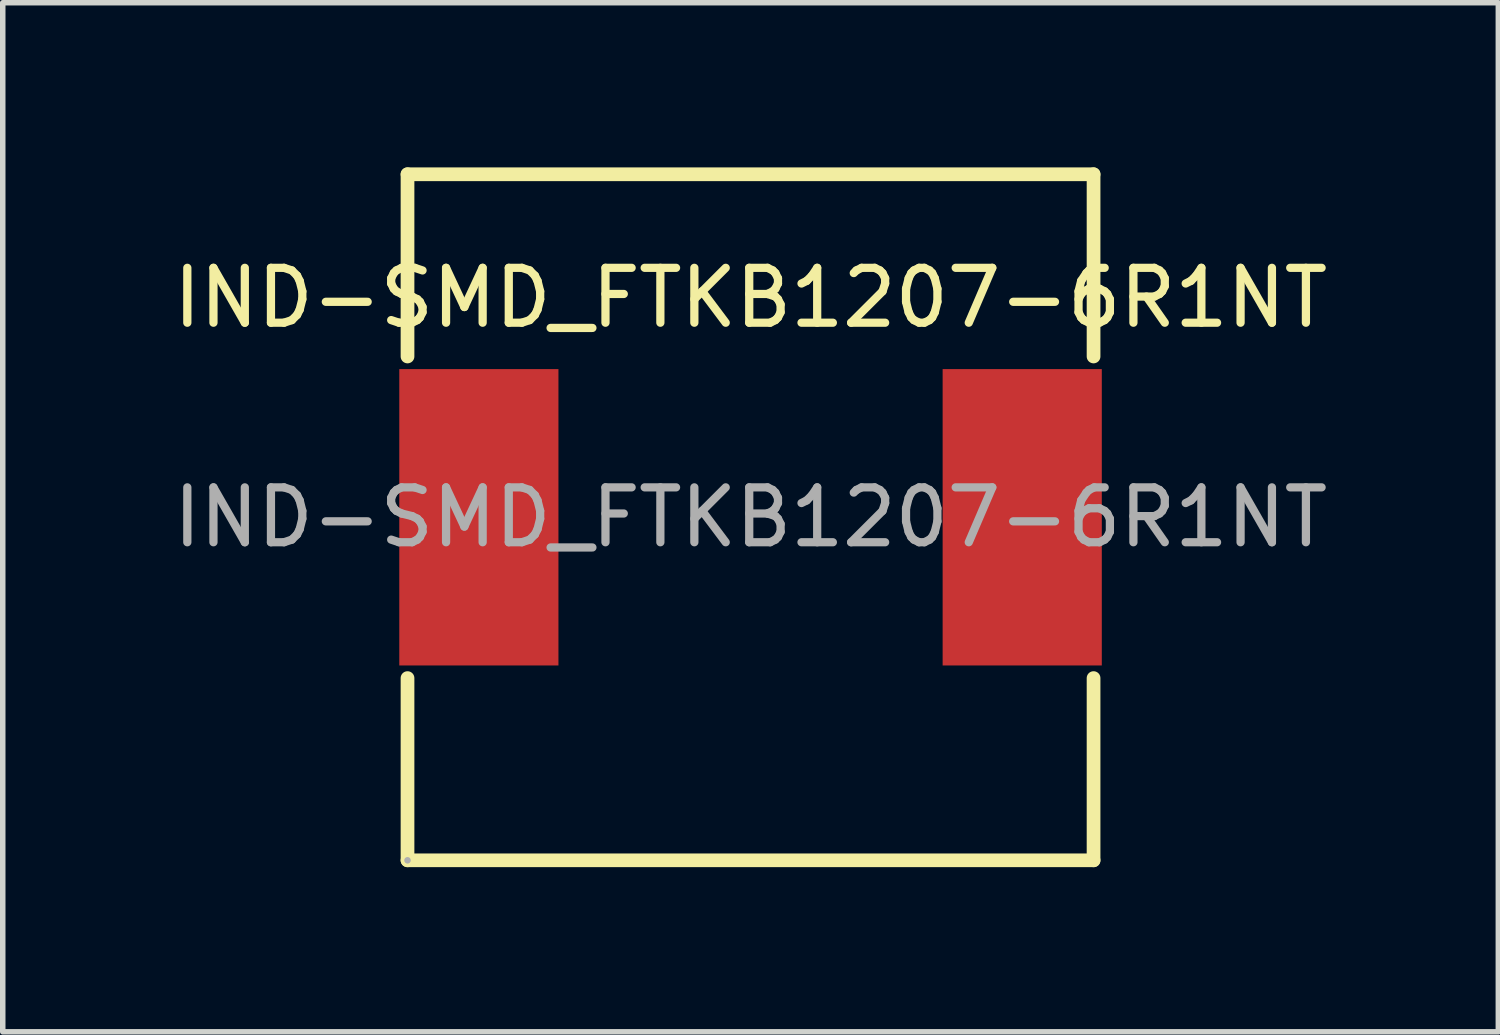
<source format=kicad_pcb>
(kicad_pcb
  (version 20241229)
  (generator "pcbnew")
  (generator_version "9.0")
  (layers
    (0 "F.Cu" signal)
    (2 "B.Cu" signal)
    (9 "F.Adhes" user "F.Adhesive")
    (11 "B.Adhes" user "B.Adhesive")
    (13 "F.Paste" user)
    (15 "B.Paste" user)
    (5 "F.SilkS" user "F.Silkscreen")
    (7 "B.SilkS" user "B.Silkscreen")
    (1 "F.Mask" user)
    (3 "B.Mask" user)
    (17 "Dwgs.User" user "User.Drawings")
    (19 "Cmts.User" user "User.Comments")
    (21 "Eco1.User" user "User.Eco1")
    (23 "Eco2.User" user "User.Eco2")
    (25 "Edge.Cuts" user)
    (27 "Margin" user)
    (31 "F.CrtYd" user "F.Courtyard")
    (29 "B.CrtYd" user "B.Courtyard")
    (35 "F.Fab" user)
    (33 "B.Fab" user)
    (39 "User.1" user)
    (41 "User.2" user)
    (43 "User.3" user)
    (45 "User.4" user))
  (footprint "IND-SMD_FTKB1207-6R1NT"
    (layer "F.Cu")
    (at 10.625 6.375)
    (property "Reference" "IND-SMD_FTKB1207-6R1NT" (at 0 -4 0) (layer "F.SilkS") (effects (font (size 1 1) (thickness 0.15))))
    (attr smd)
    (fp_line (start -6.25 -6.25) (end 6.25 -6.25) (stroke (width 0.25) (type solid)) (layer "F.SilkS"))
    (fp_line (start -6.25 -2.93) (end -6.25 -6.25) (stroke (width 0.25) (type solid)) (layer "F.SilkS"))
    (fp_line (start -6.25 6.25) (end -6.25 2.93) (stroke (width 0.25) (type solid)) (layer "F.SilkS"))
    (fp_line (start 6.25 -6.25) (end 6.25 -2.93) (stroke (width 0.25) (type solid)) (layer "F.SilkS"))
    (fp_line (start 6.25 2.93) (end 6.25 6.25) (stroke (width 0.25) (type solid)) (layer "F.SilkS"))
    (fp_line (start 6.25 6.25) (end -6.25 6.25) (stroke (width 0.25) (type solid)) (layer "F.SilkS"))
    (fp_circle (center -6.25 6.25) (end -6.22 6.25) (stroke (width 0.06) (type solid)) (fill no) (layer "F.Fab"))
    (fp_text user "${REFERENCE}" (at 0 0 0) (layer "F.Fab") (effects (font (size 1 1) (thickness 0.15))))
    (pad "1" smd rect (at -4.95 0) (size 2.9 5.4) (layers "F.Cu" "F.Mask" "F.Paste"))
    (pad "2" smd rect (at 4.95 0) (size 2.9 5.4) (layers "F.Cu" "F.Mask" "F.Paste")))
  (gr_rect
    (start -3 -3)
    (end 24.25 15.75)
    (stroke (width 0.1) (type default))
    (fill no)
    (layer "Edge.Cuts")))
</source>
